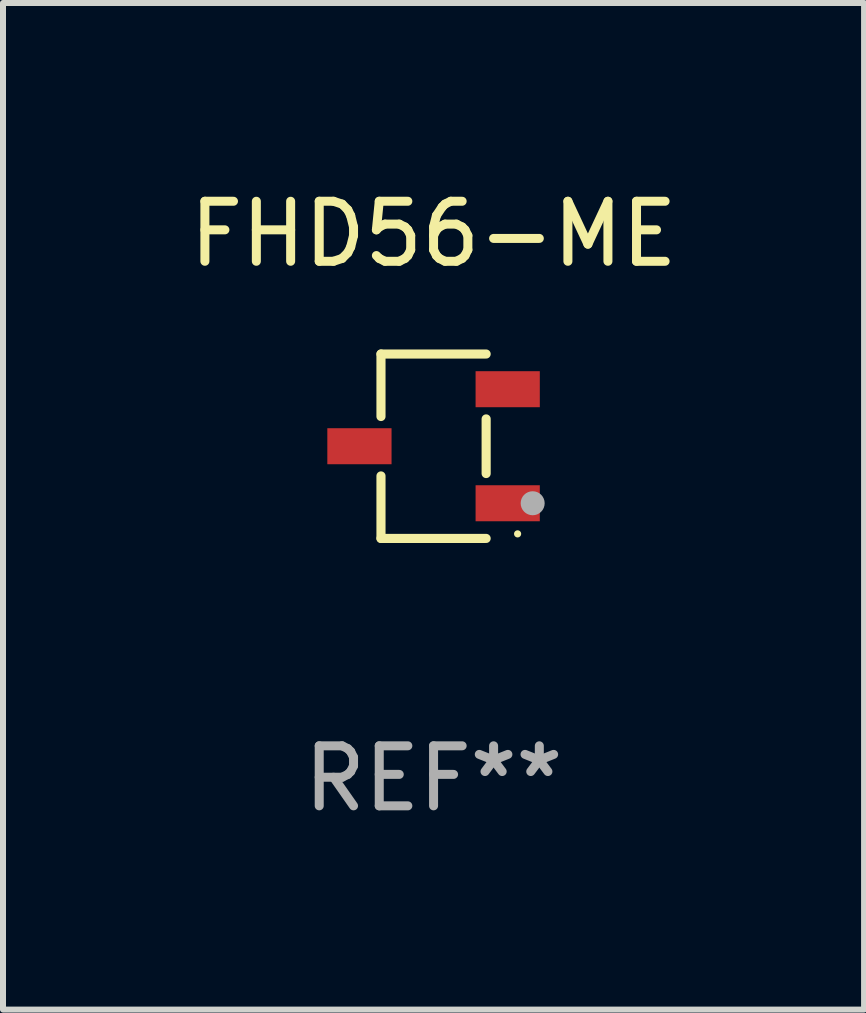
<source format=kicad_pcb>
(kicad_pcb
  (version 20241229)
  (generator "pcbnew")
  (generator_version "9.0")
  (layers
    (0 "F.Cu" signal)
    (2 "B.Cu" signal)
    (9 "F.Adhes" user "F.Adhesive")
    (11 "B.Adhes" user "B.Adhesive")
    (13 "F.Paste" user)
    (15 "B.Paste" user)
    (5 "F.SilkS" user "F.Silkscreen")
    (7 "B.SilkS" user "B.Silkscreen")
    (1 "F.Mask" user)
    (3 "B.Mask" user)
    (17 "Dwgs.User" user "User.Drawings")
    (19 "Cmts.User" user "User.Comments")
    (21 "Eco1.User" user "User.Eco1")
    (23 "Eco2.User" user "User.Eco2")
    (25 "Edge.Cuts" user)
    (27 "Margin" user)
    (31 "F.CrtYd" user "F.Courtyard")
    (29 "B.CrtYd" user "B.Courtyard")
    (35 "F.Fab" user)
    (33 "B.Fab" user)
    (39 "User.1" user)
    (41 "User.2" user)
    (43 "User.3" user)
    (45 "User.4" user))
  (footprint "FHD56-ME"
    (layer "F.Cu")
    (at 4.173 4.384)
    (property "Reference" "FHD56-ME" (at 0 -3.536 0) (layer "F.SilkS") (effects (font (size 1 1) (thickness 0.15))))
    (attr through_hole)
    (fp_line (start -0.876 -1.536) (end -0.876 -0.495) (stroke (width 0.152) (type solid)) (layer "F.SilkS"))
    (fp_line (start -0.876 1.536) (end -0.876 0.495) (stroke (width 0.152) (type solid)) (layer "F.SilkS"))
    (fp_line (start 0.876 -1.536) (end -0.876 -1.536) (stroke (width 0.152) (type solid)) (layer "F.SilkS"))
    (fp_line (start 0.876 -0.455) (end 0.876 0.455) (stroke (width 0.152) (type solid)) (layer "F.SilkS"))
    (fp_line (start 0.876 1.536) (end -0.876 1.536) (stroke (width 0.152) (type solid)) (layer "F.SilkS"))
    (fp_circle (center 1.4 1.46) (end 1.43 1.46) (stroke (width 0.06) (type solid)) (fill no) (layer "F.SilkS"))
    (fp_circle (center 1.651 0.95) (end 1.751 0.95) (stroke (width 0.2) (type solid)) (fill no) (layer "F.Fab"))
    (fp_text user "REF**" (at 0 5.536 0) (layer "F.Fab") (effects (font (size 1 1) (thickness 0.15))))
    (pad "1" smd rect (at 1.235 0.95) (size 1.07 0.6) (layers "F.Cu" "F.Mask" "F.Paste"))
    (pad "2" smd rect (at 1.235 -0.95) (size 1.07 0.6) (layers "F.Cu" "F.Mask" "F.Paste"))
    (pad "3" smd rect (at -1.235 0) (size 1.07 0.6) (layers "F.Cu" "F.Mask" "F.Paste")))
  (gr_rect
    (start -3 -3)
    (end 11.345 13.769)
    (stroke (width 0.1) (type default))
    (fill no)
    (layer "Edge.Cuts")))
</source>
